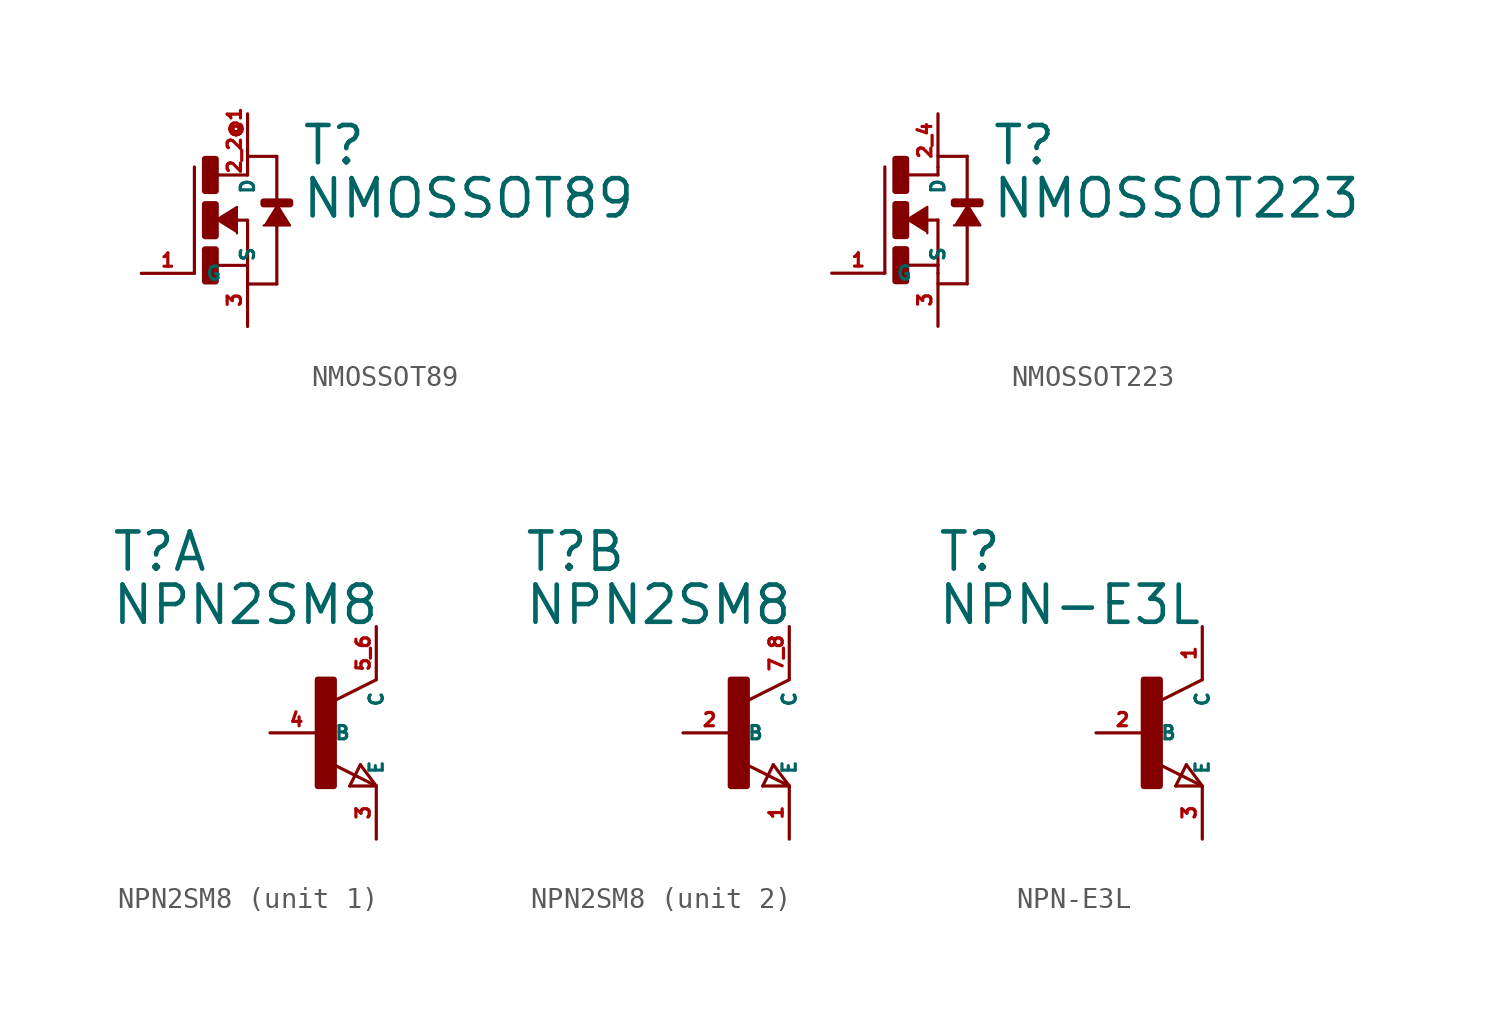
<source format=kicad_sym>
(kicad_symbol_lib
  (version 20220914)
  (generator Eagle2Kicad)
  (symbol "NMOSSOT89"
    (property "Reference" "T"
      (at 2.54 2.54 0)
      (effects (font (size 1.778 1.778) (thickness 0.22)) (justify left bottom)))
    (property "Value" "NMOSSOT89"
      (at 2.54 0 0)
      (effects (font (size 1.778 1.778) (thickness 0.22)) (justify left bottom)))
    (polyline
      (pts (xy -1.524 0) (xy -0.508 0.635) (xy -0.508 -0.635))
      (stroke (width 0.102) (type default))
      (fill (type outline)))
    (polyline
      (pts (xy 1.397 0.762) (xy 2.032 -0.254) (xy 0.762 -0.254))
      (stroke (width 0.102) (type default))
      (fill (type outline)))
    (polyline
      (pts (xy -0.508 0) (xy 0 0))
      (stroke (width 0.152) (type default))
      (fill (type none)))
    (polyline
      (pts (xy -1.524 -2.159) (xy 0 -2.159))
      (stroke (width 0.152) (type default))
      (fill (type none)))
    (polyline
      (pts (xy -2.54 -2.54) (xy -2.54 2.54))
      (stroke (width 0.152) (type default))
      (fill (type none)))
    (polyline
      (pts (xy 0 0) (xy 0 -2.159))
      (stroke (width 0.152) (type default))
      (fill (type none)))
    (polyline
      (pts (xy 1.397 -0.254) (xy 1.397 -3.048))
      (stroke (width 0.152) (type default))
      (fill (type none)))
    (polyline
      (pts (xy 1.397 -3.048) (xy 0 -3.048))
      (stroke (width 0.152) (type default))
      (fill (type none)))
    (polyline
      (pts (xy -1.524 2.159) (xy 0 2.159))
      (stroke (width 0.152) (type default))
      (fill (type none)))
    (polyline
      (pts (xy 0 2.159) (xy 0 2.54))
      (stroke (width 0.152) (type default))
      (fill (type none)))
    (polyline
      (pts (xy 0 3.048) (xy 1.397 3.048))
      (stroke (width 0.152) (type default))
      (fill (type none)))
    (polyline
      (pts (xy 1.397 3.048) (xy 1.397 0.762))
      (stroke (width 0.152) (type default))
      (fill (type none)))
    (polyline
      (pts (xy 0 -2.159) (xy 0 -2.54))
      (stroke (width 0.152) (type default))
      (fill (type none)))
    (rectangle
      (start -2.032 1.397)
      (end -1.524 2.921)
      (stroke (width 0.3) (type default))
      (fill (type outline)))
    (rectangle
      (start -2.032 -0.762)
      (end -1.524 0.762)
      (stroke (width 0.3) (type default))
      (fill (type outline)))
    (rectangle
      (start -2.032 -2.921)
      (end -1.524 -1.397)
      (stroke (width 0.3) (type default))
      (fill (type outline)))
    (rectangle
      (start 0.762 0.762)
      (end 2.032 0.889)
      (stroke (width 0.3) (type default))
      (fill (type outline)))
    (pin passive line
      (at 0 5.08 270)
      (length 2.54)
      (name "D" (effects (font (size 0.635 0.635) (thickness 0.08)) (justify left bottom)))
      (number "2 2@1" (effects (font (size 0.635 0.635) (thickness 0.08)) (justify left bottom))))
    (pin passive line
      (at 0 -5.08 90)
      (length 2.54)
      (name "S" (effects (font (size 0.635 0.635) (thickness 0.08)) (justify left bottom)))
      (number "3" (effects (font (size 0.635 0.635) (thickness 0.08)) (justify left bottom))))
    (pin passive line
      (at -5.08 -2.54 0)
      (length 2.54)
      (name "G" (effects (font (size 0.635 0.635) (thickness 0.08)) (justify left bottom)))
      (number "1" (effects (font (size 0.635 0.635) (thickness 0.08)) (justify left bottom)))))
  (symbol "NMOSSOT223"
    (property "Reference" "T"
      (at 2.54 2.54 0)
      (effects (font (size 1.778 1.778) (thickness 0.22)) (justify left bottom)))
    (property "Value" "NMOSSOT223"
      (at 2.54 0 0)
      (effects (font (size 1.778 1.778) (thickness 0.22)) (justify left bottom)))
    (polyline
      (pts (xy -1.524 0) (xy -0.508 0.635) (xy -0.508 -0.635))
      (stroke (width 0.102) (type default))
      (fill (type outline)))
    (polyline
      (pts (xy 1.397 0.762) (xy 2.032 -0.254) (xy 0.762 -0.254))
      (stroke (width 0.102) (type default))
      (fill (type outline)))
    (polyline
      (pts (xy -0.508 0) (xy 0 0))
      (stroke (width 0.152) (type default))
      (fill (type none)))
    (polyline
      (pts (xy -1.524 -2.159) (xy 0 -2.159))
      (stroke (width 0.152) (type default))
      (fill (type none)))
    (polyline
      (pts (xy -2.54 -2.54) (xy -2.54 2.54))
      (stroke (width 0.152) (type default))
      (fill (type none)))
    (polyline
      (pts (xy 0 0) (xy 0 -2.159))
      (stroke (width 0.152) (type default))
      (fill (type none)))
    (polyline
      (pts (xy 1.397 -0.254) (xy 1.397 -3.048))
      (stroke (width 0.152) (type default))
      (fill (type none)))
    (polyline
      (pts (xy 1.397 -3.048) (xy 0 -3.048))
      (stroke (width 0.152) (type default))
      (fill (type none)))
    (polyline
      (pts (xy -1.524 2.159) (xy 0 2.159))
      (stroke (width 0.152) (type default))
      (fill (type none)))
    (polyline
      (pts (xy 0 2.159) (xy 0 2.54))
      (stroke (width 0.152) (type default))
      (fill (type none)))
    (polyline
      (pts (xy 0 3.048) (xy 1.397 3.048))
      (stroke (width 0.152) (type default))
      (fill (type none)))
    (polyline
      (pts (xy 1.397 3.048) (xy 1.397 0.762))
      (stroke (width 0.152) (type default))
      (fill (type none)))
    (polyline
      (pts (xy 0 -2.159) (xy 0 -2.54))
      (stroke (width 0.152) (type default))
      (fill (type none)))
    (rectangle
      (start -2.032 1.397)
      (end -1.524 2.921)
      (stroke (width 0.3) (type default))
      (fill (type outline)))
    (rectangle
      (start -2.032 -0.762)
      (end -1.524 0.762)
      (stroke (width 0.3) (type default))
      (fill (type outline)))
    (rectangle
      (start -2.032 -2.921)
      (end -1.524 -1.397)
      (stroke (width 0.3) (type default))
      (fill (type outline)))
    (rectangle
      (start 0.762 0.762)
      (end 2.032 0.889)
      (stroke (width 0.3) (type default))
      (fill (type outline)))
    (pin passive line
      (at 0 5.08 270)
      (length 2.54)
      (name "D" (effects (font (size 0.635 0.635) (thickness 0.08)) (justify left bottom)))
      (number "2 4" (effects (font (size 0.635 0.635) (thickness 0.08)) (justify left bottom))))
    (pin passive line
      (at 0 -5.08 90)
      (length 2.54)
      (name "S" (effects (font (size 0.635 0.635) (thickness 0.08)) (justify left bottom)))
      (number "3" (effects (font (size 0.635 0.635) (thickness 0.08)) (justify left bottom))))
    (pin passive line
      (at -5.08 -2.54 0)
      (length 2.54)
      (name "G" (effects (font (size 0.635 0.635) (thickness 0.08)) (justify left bottom)))
      (number "1" (effects (font (size 0.635 0.635) (thickness 0.08)) (justify left bottom)))))
  (symbol "NPN2SM8"
    (property "Reference" "T"
      (at -10.16 7.62 0)
      (effects (font (size 1.778 1.778) (thickness 0.22)) (justify left bottom)))
    (property "Value" "NPN2SM8"
      (at -10.16 5.08 0)
      (effects (font (size 1.778 1.778) (thickness 0.22)) (justify left bottom)))
    (symbol "NPN2SM8_1_0"
      (polyline (pts (xy 2.54 2.54) (xy 0.508 1.524)) (stroke (width 0.152) (type default)) (fill (type none)))
      (polyline (pts (xy 2.54 -2.54) (xy 0.508 -1.524)) (stroke (width 0.152) (type default)) (fill (type none)))
      (polyline (pts (xy 1.778 -1.524) (xy 2.54 -2.54)) (stroke (width 0.152) (type default)) (fill (type none)))
      (polyline (pts (xy 2.54 -2.54) (xy 1.27 -2.54)) (stroke (width 0.152) (type default)) (fill (type none)))
      (polyline (pts (xy 1.27 -2.54) (xy 1.778 -1.524)) (stroke (width 0.152) (type default)) (fill (type none)))
      (rectangle (start -0.254 -2.54) (end 0.508 2.54) (stroke (width 0.3) (type default)) (fill (type outline)))
      (pin passive line (at -2.54 0 0) (length 2.54) (name "B" (effects (font (size 0.635 0.635) (thickness 0.08)) (justify left bottom))) (number "4" (effects (font (size 0.635 0.635) (thickness 0.08)) (justify left bottom))))
      (pin passive line (at 2.54 -5.08 90) (length 2.54) (name "E" (effects (font (size 0.635 0.635) (thickness 0.08)) (justify left bottom))) (number "3" (effects (font (size 0.635 0.635) (thickness 0.08)) (justify left bottom))))
      (pin passive line (at 2.54 5.08 270) (length 2.54) (name "C" (effects (font (size 0.635 0.635) (thickness 0.08)) (justify left bottom))) (number "5 6" (effects (font (size 0.635 0.635) (thickness 0.08)) (justify left bottom)))))
    (symbol "NPN2SM8_2_0"
      (polyline (pts (xy 2.54 2.54) (xy 0.508 1.524)) (stroke (width 0.152) (type default)) (fill (type none)))
      (polyline (pts (xy 2.54 -2.54) (xy 0.508 -1.524)) (stroke (width 0.152) (type default)) (fill (type none)))
      (polyline (pts (xy 1.778 -1.524) (xy 2.54 -2.54)) (stroke (width 0.152) (type default)) (fill (type none)))
      (polyline (pts (xy 2.54 -2.54) (xy 1.27 -2.54)) (stroke (width 0.152) (type default)) (fill (type none)))
      (polyline (pts (xy 1.27 -2.54) (xy 1.778 -1.524)) (stroke (width 0.152) (type default)) (fill (type none)))
      (rectangle (start -0.254 -2.54) (end 0.508 2.54) (stroke (width 0.3) (type default)) (fill (type outline)))
      (pin passive line (at -2.54 0 0) (length 2.54) (name "B" (effects (font (size 0.635 0.635) (thickness 0.08)) (justify left bottom))) (number "2" (effects (font (size 0.635 0.635) (thickness 0.08)) (justify left bottom))))
      (pin passive line (at 2.54 -5.08 90) (length 2.54) (name "E" (effects (font (size 0.635 0.635) (thickness 0.08)) (justify left bottom))) (number "1" (effects (font (size 0.635 0.635) (thickness 0.08)) (justify left bottom))))
      (pin passive line (at 2.54 5.08 270) (length 2.54) (name "C" (effects (font (size 0.635 0.635) (thickness 0.08)) (justify left bottom))) (number "7 8" (effects (font (size 0.635 0.635) (thickness 0.08)) (justify left bottom))))))
  (symbol "NPN-E3L"
    (property "Reference" "T"
      (at -10.16 7.62 0)
      (effects (font (size 1.778 1.778) (thickness 0.22)) (justify left bottom)))
    (property "Value" "NPN-E3L"
      (at -10.16 5.08 0)
      (effects (font (size 1.778 1.778) (thickness 0.22)) (justify left bottom)))
    (polyline
      (pts (xy 2.54 2.54) (xy 0.508 1.524))
      (stroke (width 0.152) (type default))
      (fill (type none)))
    (polyline
      (pts (xy 2.54 -2.54) (xy 0.508 -1.524))
      (stroke (width 0.152) (type default))
      (fill (type none)))
    (polyline
      (pts (xy 1.778 -1.524) (xy 2.54 -2.54))
      (stroke (width 0.152) (type default))
      (fill (type none)))
    (polyline
      (pts (xy 2.54 -2.54) (xy 1.27 -2.54))
      (stroke (width 0.152) (type default))
      (fill (type none)))
    (polyline
      (pts (xy 1.27 -2.54) (xy 1.778 -1.524))
      (stroke (width 0.152) (type default))
      (fill (type none)))
    (rectangle
      (start -0.254 -2.54)
      (end 0.508 2.54)
      (stroke (width 0.3) (type default))
      (fill (type outline)))
    (pin passive line
      (at -2.54 0 0)
      (length 2.54)
      (name "B" (effects (font (size 0.635 0.635) (thickness 0.08)) (justify left bottom)))
      (number "2" (effects (font (size 0.635 0.635) (thickness 0.08)) (justify left bottom))))
    (pin passive line
      (at 2.54 -5.08 90)
      (length 2.54)
      (name "E" (effects (font (size 0.635 0.635) (thickness 0.08)) (justify left bottom)))
      (number "3" (effects (font (size 0.635 0.635) (thickness 0.08)) (justify left bottom))))
    (pin passive line
      (at 2.54 5.08 270)
      (length 2.54)
      (name "C" (effects (font (size 0.635 0.635) (thickness 0.08)) (justify left bottom)))
      (number "1" (effects (font (size 0.635 0.635) (thickness 0.08)) (justify left bottom))))))
</source>
